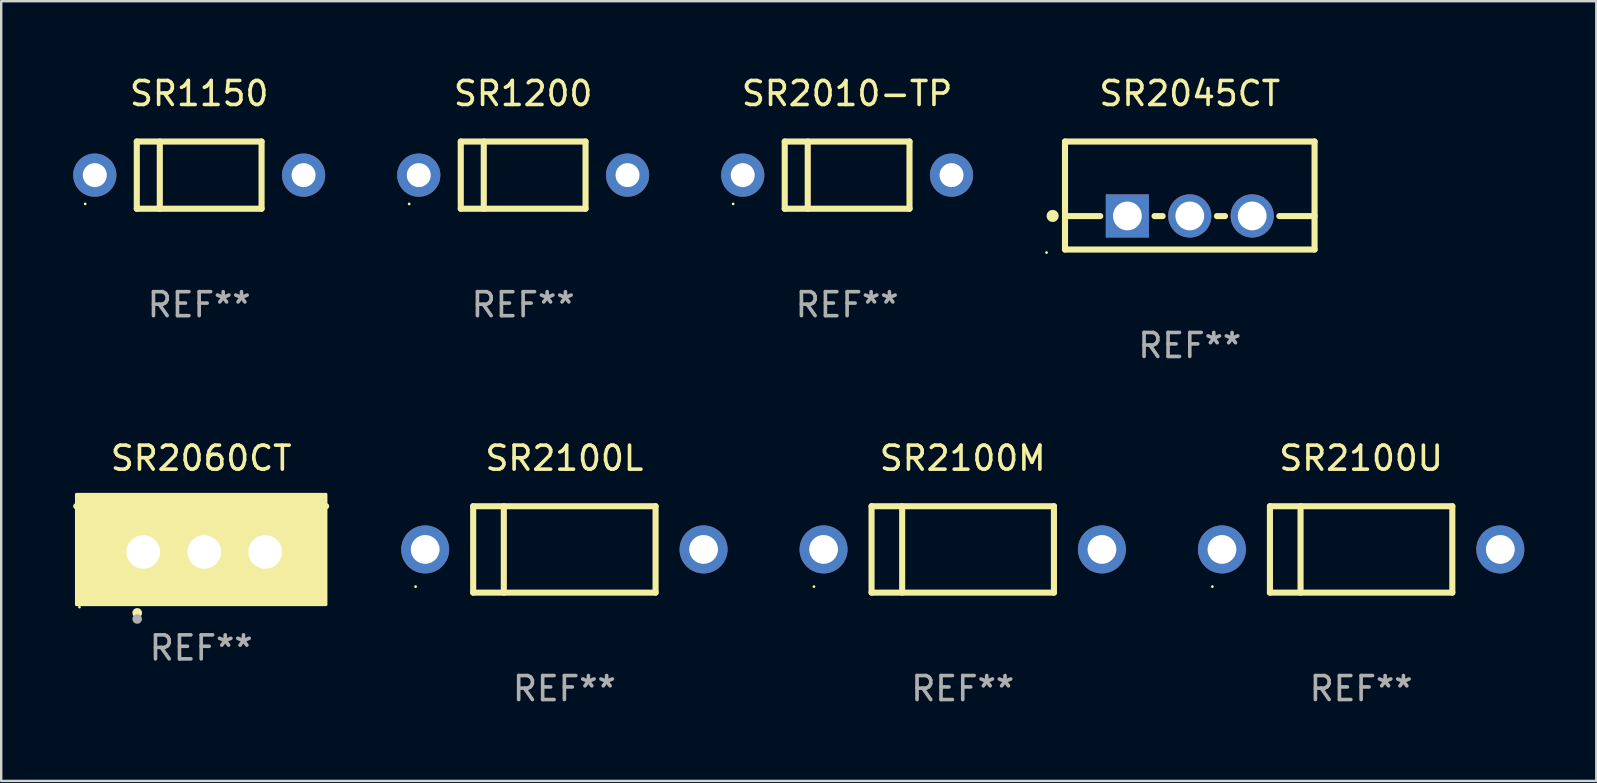
<source format=kicad_pcb>
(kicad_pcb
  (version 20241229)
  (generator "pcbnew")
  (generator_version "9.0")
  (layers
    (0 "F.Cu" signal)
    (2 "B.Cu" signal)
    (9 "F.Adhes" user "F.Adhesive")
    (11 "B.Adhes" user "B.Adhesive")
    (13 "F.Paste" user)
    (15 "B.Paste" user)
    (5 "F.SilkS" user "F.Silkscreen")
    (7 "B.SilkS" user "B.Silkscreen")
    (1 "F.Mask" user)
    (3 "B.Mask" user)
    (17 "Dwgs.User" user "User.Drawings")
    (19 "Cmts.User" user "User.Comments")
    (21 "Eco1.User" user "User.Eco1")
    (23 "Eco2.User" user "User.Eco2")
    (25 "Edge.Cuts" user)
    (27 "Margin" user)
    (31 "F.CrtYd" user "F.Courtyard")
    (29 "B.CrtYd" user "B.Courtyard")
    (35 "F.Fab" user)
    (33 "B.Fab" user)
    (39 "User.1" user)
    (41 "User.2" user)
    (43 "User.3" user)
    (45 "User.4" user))
  (footprint "SR2100L"
    (layer "F.Cu")
    (at 20.468 19.845)
    (property "Reference" "SR2100L" (at 0 -3.8 0) (layer "F.SilkS") (effects (font (size 1 1) (thickness 0.15))))
    (attr through_hole)
    (fp_line (start -3.8 -1.8) (end -3.8 1.8) (stroke (width 0.254) (type solid)) (layer "F.SilkS"))
    (fp_line (start -3.8 -1.8) (end 3.8 -1.8) (stroke (width 0.254) (type solid)) (layer "F.SilkS"))
    (fp_line (start -3.8 1.8) (end 3.8 1.8) (stroke (width 0.254) (type solid)) (layer "F.SilkS"))
    (fp_line (start -2.524 -1.8) (end -2.524 1.8) (stroke (width 0.254) (type solid)) (layer "F.SilkS"))
    (fp_line (start 3.8 -1.8) (end 3.8 1.8) (stroke (width 0.254) (type solid)) (layer "F.SilkS"))
    (fp_circle (center -6.2 1.55) (end -6.17 1.55) (stroke (width 0.06) (type solid)) (fill no) (layer "F.SilkS"))
    (fp_text user "REF**" (at 0 5.8 0) (layer "F.Fab") (effects (font (size 1 1) (thickness 0.15))))
    (pad "1" thru_hole circle (at -5.8 0) (size 2 2) (drill 1.2) (layers "*.Cu" "*.Mask"))
    (pad "2" thru_hole circle (at 5.8 0) (size 2 2) (drill 1.2) (layers "*.Cu" "*.Mask")))
  (footprint "SR2045CT"
    (layer "F.Cu")
    (at 46.529 5.098)
    (property "Reference" "SR2045CT" (at 0 -4.25 0) (layer "F.SilkS") (effects (font (size 1 1) (thickness 0.15))))
    (attr through_hole)
    (fp_line (start -5.2 -2.25) (end -5.2 2.25) (stroke (width 0.254) (type solid)) (layer "F.SilkS"))
    (fp_line (start -5.2 -2.25) (end 5.2 -2.25) (stroke (width 0.254) (type solid)) (layer "F.SilkS"))
    (fp_line (start -5.2 0.857) (end -3.731 0.857) (stroke (width 0.254) (type solid)) (layer "F.SilkS"))
    (fp_line (start -5.2 2.25) (end 5.2 2.25) (stroke (width 0.254) (type solid)) (layer "F.SilkS"))
    (fp_line (start -1.469 0.857) (end -1.131 0.857) (stroke (width 0.254) (type solid)) (layer "F.SilkS"))
    (fp_line (start 1.131 0.857) (end 1.469 0.857) (stroke (width 0.254) (type solid)) (layer "F.SilkS"))
    (fp_line (start 3.731 0.857) (end 5.2 0.857) (stroke (width 0.254) (type solid)) (layer "F.SilkS"))
    (fp_line (start 5.2 -2.25) (end 5.2 2.25) (stroke (width 0.254) (type solid)) (layer "F.SilkS"))
    (fp_circle (center -5.969 2.377) (end -5.939 2.377) (stroke (width 0.06) (type solid)) (fill no) (layer "F.SilkS"))
    (fp_circle (center -5.715 0.85) (end -5.588 0.85) (stroke (width 0.254) (type solid)) (fill no) (layer "F.SilkS"))
    (fp_text user "REF**" (at 0 6.25 0) (layer "F.Fab") (effects (font (size 1 1) (thickness 0.15))))
    (pad "1" thru_hole rect (at -2.6 0.85) (size 1.8 1.8) (drill 1.2) (layers "*.Cu" "*.Mask"))
    (pad "2" thru_hole circle (at 0 0.85) (size 1.8 1.8) (drill 1.2) (layers "*.Cu" "*.Mask"))
    (pad "3" thru_hole circle (at 2.6 0.85) (size 1.8 1.8) (drill 1.2) (layers "*.Cu" "*.Mask")))
  (footprint "SR2100M"
    (layer "F.Cu")
    (at 37.068 19.845)
    (property "Reference" "SR2100M" (at 0 -3.8 0) (layer "F.SilkS") (effects (font (size 1 1) (thickness 0.15))))
    (attr through_hole)
    (fp_line (start -3.8 -1.8) (end -3.8 1.8) (stroke (width 0.254) (type solid)) (layer "F.SilkS"))
    (fp_line (start -3.8 -1.8) (end 3.8 -1.8) (stroke (width 0.254) (type solid)) (layer "F.SilkS"))
    (fp_line (start -3.8 1.8) (end 3.8 1.8) (stroke (width 0.254) (type solid)) (layer "F.SilkS"))
    (fp_line (start -2.524 -1.8) (end -2.524 1.8) (stroke (width 0.254) (type solid)) (layer "F.SilkS"))
    (fp_line (start 3.8 -1.8) (end 3.8 1.8) (stroke (width 0.254) (type solid)) (layer "F.SilkS"))
    (fp_circle (center -6.2 1.55) (end -6.17 1.55) (stroke (width 0.06) (type solid)) (fill no) (layer "F.SilkS"))
    (fp_text user "REF**" (at 0 5.8 0) (layer "F.Fab") (effects (font (size 1 1) (thickness 0.15))))
    (pad "1" thru_hole circle (at -5.8 0) (size 2 2) (drill 1.2) (layers "*.Cu" "*.Mask"))
    (pad "2" thru_hole circle (at 5.8 0) (size 2 2) (drill 1.2) (layers "*.Cu" "*.Mask")))
  (footprint "SR1150"
    (layer "F.Cu")
    (at 5.25 4.248)
    (property "Reference" "SR1150" (at 0 -3.4 0) (layer "F.SilkS") (effects (font (size 1 1) (thickness 0.15))))
    (attr through_hole)
    (fp_line (start -2.6 -1.4) (end -2.6 1.4) (stroke (width 0.254) (type solid)) (layer "F.SilkS"))
    (fp_line (start -2.6 -1.4) (end 2.6 -1.4) (stroke (width 0.254) (type solid)) (layer "F.SilkS"))
    (fp_line (start -2.6 1.4) (end 2.6 1.4) (stroke (width 0.254) (type solid)) (layer "F.SilkS"))
    (fp_line (start -1.641 -1.4) (end -1.641 1.4) (stroke (width 0.254) (type solid)) (layer "F.SilkS"))
    (fp_line (start 2.6 -1.4) (end 2.6 1.4) (stroke (width 0.254) (type solid)) (layer "F.SilkS"))
    (fp_circle (center -4.75 1.2) (end -4.72 1.2) (stroke (width 0.06) (type solid)) (fill no) (layer "F.SilkS"))
    (fp_text user "REF**" (at 0 5.4 0) (layer "F.Fab") (effects (font (size 1 1) (thickness 0.15))))
    (pad "1" thru_hole circle (at -4.35 0) (size 1.8 1.8) (drill 1) (layers "*.Cu" "*.Mask"))
    (pad "2" thru_hole circle (at 4.35 0) (size 1.8 1.8) (drill 1) (layers "*.Cu" "*.Mask")))
  (footprint "SR2010-TP"
    (layer "F.Cu")
    (at 32.25 4.248)
    (property "Reference" "SR2010-TP" (at 0 -3.4 0) (layer "F.SilkS") (effects (font (size 1 1) (thickness 0.15))))
    (attr through_hole)
    (fp_line (start -2.6 -1.4) (end -2.6 1.4) (stroke (width 0.254) (type solid)) (layer "F.SilkS"))
    (fp_line (start -2.6 -1.4) (end 2.6 -1.4) (stroke (width 0.254) (type solid)) (layer "F.SilkS"))
    (fp_line (start -2.6 1.4) (end 2.6 1.4) (stroke (width 0.254) (type solid)) (layer "F.SilkS"))
    (fp_line (start -1.641 -1.4) (end -1.641 1.4) (stroke (width 0.254) (type solid)) (layer "F.SilkS"))
    (fp_line (start 2.6 -1.4) (end 2.6 1.4) (stroke (width 0.254) (type solid)) (layer "F.SilkS"))
    (fp_circle (center -4.75 1.2) (end -4.72 1.2) (stroke (width 0.06) (type solid)) (fill no) (layer "F.SilkS"))
    (fp_text user "REF**" (at 0 5.4 0) (layer "F.Fab") (effects (font (size 1 1) (thickness 0.15))))
    (pad "1" thru_hole circle (at -4.35 0) (size 1.8 1.8) (drill 1) (layers "*.Cu" "*.Mask"))
    (pad "2" thru_hole circle (at 4.35 0) (size 1.8 1.8) (drill 1) (layers "*.Cu" "*.Mask")))
  (footprint "SR2100U"
    (layer "F.Cu")
    (at 53.669 19.845)
    (property "Reference" "SR2100U" (at 0 -3.8 0) (layer "F.SilkS") (effects (font (size 1 1) (thickness 0.15))))
    (attr through_hole)
    (fp_line (start -3.8 -1.8) (end -3.8 1.8) (stroke (width 0.254) (type solid)) (layer "F.SilkS"))
    (fp_line (start -3.8 -1.8) (end 3.8 -1.8) (stroke (width 0.254) (type solid)) (layer "F.SilkS"))
    (fp_line (start -3.8 1.8) (end 3.8 1.8) (stroke (width 0.254) (type solid)) (layer "F.SilkS"))
    (fp_line (start -2.524 -1.8) (end -2.524 1.8) (stroke (width 0.254) (type solid)) (layer "F.SilkS"))
    (fp_line (start 3.8 -1.8) (end 3.8 1.8) (stroke (width 0.254) (type solid)) (layer "F.SilkS"))
    (fp_circle (center -6.2 1.55) (end -6.17 1.55) (stroke (width 0.06) (type solid)) (fill no) (layer "F.SilkS"))
    (fp_text user "REF**" (at 0 5.8 0) (layer "F.Fab") (effects (font (size 1 1) (thickness 0.15))))
    (pad "1" thru_hole circle (at -5.8 0) (size 2 2) (drill 1.2) (layers "*.Cu" "*.Mask"))
    (pad "2" thru_hole circle (at 5.8 0) (size 2 2) (drill 1.2) (layers "*.Cu" "*.Mask")))
  (footprint "SR1200"
    (layer "F.Cu")
    (at 18.75 4.248)
    (property "Reference" "SR1200" (at 0 -3.4 0) (layer "F.SilkS") (effects (font (size 1 1) (thickness 0.15))))
    (attr through_hole)
    (fp_line (start -2.6 -1.4) (end -2.6 1.4) (stroke (width 0.254) (type solid)) (layer "F.SilkS"))
    (fp_line (start -2.6 -1.4) (end 2.6 -1.4) (stroke (width 0.254) (type solid)) (layer "F.SilkS"))
    (fp_line (start -2.6 1.4) (end 2.6 1.4) (stroke (width 0.254) (type solid)) (layer "F.SilkS"))
    (fp_line (start -1.641 -1.4) (end -1.641 1.4) (stroke (width 0.254) (type solid)) (layer "F.SilkS"))
    (fp_line (start 2.6 -1.4) (end 2.6 1.4) (stroke (width 0.254) (type solid)) (layer "F.SilkS"))
    (fp_circle (center -4.75 1.2) (end -4.72 1.2) (stroke (width 0.06) (type solid)) (fill no) (layer "F.SilkS"))
    (fp_text user "REF**" (at 0 5.4 0) (layer "F.Fab") (effects (font (size 1 1) (thickness 0.15))))
    (pad "1" thru_hole circle (at -4.35 0) (size 1.8 1.8) (drill 1) (layers "*.Cu" "*.Mask"))
    (pad "2" thru_hole circle (at 4.35 0) (size 1.8 1.8) (drill 1) (layers "*.Cu" "*.Mask")))
  (footprint "SR2060CT"
    (layer "F.Cu")
    (at 5.334 18.997)
    (property "Reference" "SR2060CT" (at 0 -2.953 0) (layer "F.SilkS") (effects (font (size 1 1) (thickness 0.15))))
    (attr through_hole)
    (fp_line (start 5.207 -0.953) (end -5.207 -0.953) (stroke (width 0.254) (type solid)) (layer "F.SilkS"))
    (fp_arc (start -2.66698 3.49252) (mid -2.66571 3.492516) (end -2.66444 3.49252) (stroke (width 0.4) (type solid)) (layer "F.SilkS"))
    (fp_circle (center -5.073 3.252) (end -5.043 3.252) (stroke (width 0.06) (type solid)) (fill no) (layer "F.SilkS"))
    (fp_poly (pts (xy -5.2 -1.448) (xy 5.2 -1.448) (xy 5.2 3.152) (xy -5.2 3.152)) (stroke (width 0.12) (type solid)) (fill yes) (layer "F.SilkS"))
    (fp_circle (center -2.667 3.747) (end -2.567 3.747) (stroke (width 0.2) (type solid)) (fill no) (layer "F.Fab"))
    (fp_text user "REF**" (at 0 4.953 0) (layer "F.Fab") (effects (font (size 1 1) (thickness 0.15))))
    (pad "1" thru_hole rect (at -2.413 0.953) (size 2 2.5) (drill 1.4) (layers "*.Cu" "*.Mask"))
    (pad "2" thru_hole oval (at 0.127 0.953) (size 2 2.5) (drill 1.4) (layers "*.Cu" "*.Mask"))
    (pad "3" thru_hole oval (at 2.667 0.953) (size 2 2.5) (drill 1.4) (layers "*.Cu" "*.Mask")))
  (gr_rect
    (start -3 -3)
    (end 63.469 29.493)
    (stroke (width 0.1) (type default))
    (fill no)
    (layer "Edge.Cuts")))
</source>
